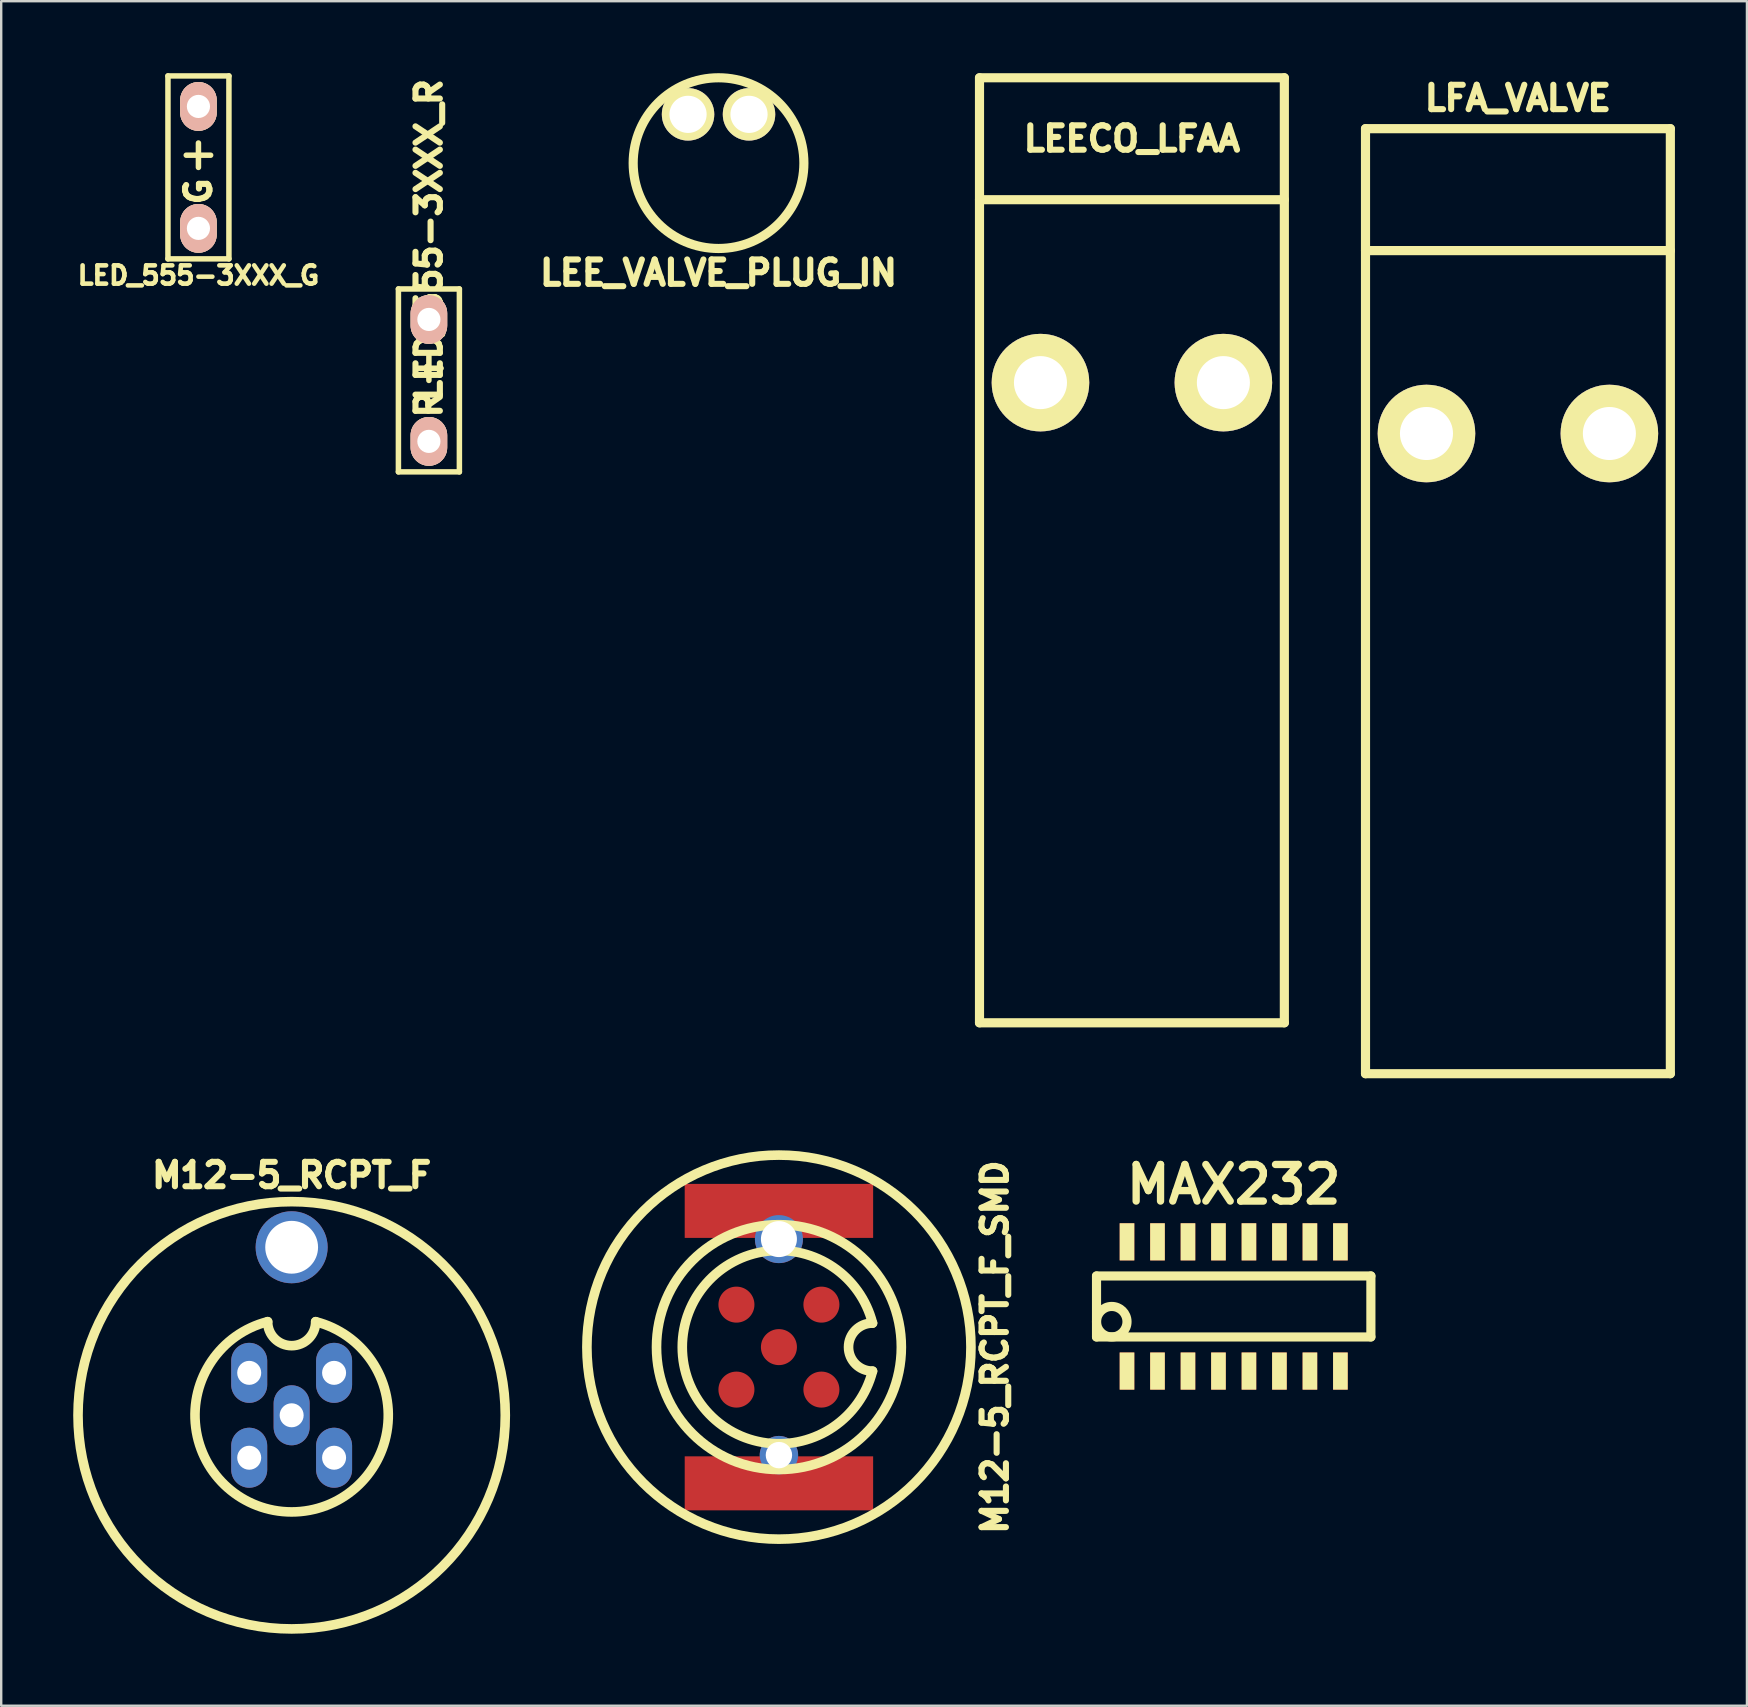
<source format=kicad_pcb>
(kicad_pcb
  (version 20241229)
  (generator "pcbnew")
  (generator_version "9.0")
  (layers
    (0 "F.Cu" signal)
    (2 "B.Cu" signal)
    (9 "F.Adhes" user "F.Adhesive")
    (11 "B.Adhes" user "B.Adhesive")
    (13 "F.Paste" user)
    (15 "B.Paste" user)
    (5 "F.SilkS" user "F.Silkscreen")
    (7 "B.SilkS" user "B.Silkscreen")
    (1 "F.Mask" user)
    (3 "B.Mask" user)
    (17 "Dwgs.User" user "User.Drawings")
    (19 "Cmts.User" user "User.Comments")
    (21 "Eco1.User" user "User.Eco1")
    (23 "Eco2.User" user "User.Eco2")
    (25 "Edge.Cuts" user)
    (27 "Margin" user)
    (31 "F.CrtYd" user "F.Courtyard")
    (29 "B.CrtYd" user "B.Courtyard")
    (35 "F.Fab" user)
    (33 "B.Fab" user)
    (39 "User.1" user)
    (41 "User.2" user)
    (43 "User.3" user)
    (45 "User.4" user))
  (footprint "LEECO_LFAA"
    (layer "F.Cu")
    (at 44.106 12.89)
    (property "Reference" "LEECO_LFAA" (at 0 -10.16 0) (layer "F.SilkS") (effects (font (size 1.016 1.016) (thickness 0.254))))
    (attr through_hole)
    (fp_line (start -6.35 -12.7) (end 6.35 -12.7) (stroke (width 0.381) (type solid)) (layer "F.SilkS"))
    (fp_line (start -6.35 -7.62) (end 6.35 -7.62) (stroke (width 0.381) (type solid)) (layer "F.SilkS"))
    (fp_line (start -6.35 26.67) (end -6.35 -12.7) (stroke (width 0.381) (type solid)) (layer "F.SilkS"))
    (fp_line (start 6.35 -12.7) (end 6.35 26.67) (stroke (width 0.381) (type solid)) (layer "F.SilkS"))
    (fp_line (start 6.35 26.67) (end -6.35 26.67) (stroke (width 0.381) (type solid)) (layer "F.SilkS"))
    (pad "1" thru_hole circle (at -3.81 0) (size 4.064 4.064) (drill 2.21) (layers "*.Cu" "*.Mask" "F.SilkS"))
    (pad "2" thru_hole circle (at 3.81 0) (size 4.064 4.064) (drill 2.21) (layers "*.Cu" "*.Mask" "F.SilkS")))
  (footprint "LED_555-3XXX_R"
    (layer "F.Cu")
    (at 14.818 12.798)
    (property "Reference" "LED_555-3XXX_R" (at 0 -5.842 90) (layer "F.SilkS") (effects (font (size 1.016 1.016) (thickness 0.254))))
    (attr through_hole)
    (fp_line (start -1.27 -3.81) (end 1.27 -3.81) (stroke (width 0.229) (type solid)) (layer "F.SilkS"))
    (fp_line (start -1.27 3.81) (end -1.27 -3.81) (stroke (width 0.229) (type solid)) (layer "F.SilkS"))
    (fp_line (start -0.508 -0.508) (end 0.508 -0.508) (stroke (width 0.229) (type solid)) (layer "F.SilkS"))
    (fp_line (start 0 0) (end 0 -1.016) (stroke (width 0.229) (type solid)) (layer "F.SilkS"))
    (fp_line (start 1.27 -3.81) (end 1.27 3.81) (stroke (width 0.229) (type solid)) (layer "F.SilkS"))
    (fp_line (start 1.27 3.81) (end -1.27 3.81) (stroke (width 0.229) (type solid)) (layer "F.SilkS"))
    (fp_text user "R" (at 0 1 90) (layer "F.SilkS") (effects (font (size 1.016 1.016) (thickness 0.254))))
    (pad "1" thru_hole oval (at 0 -2.54) (size 1.524 2.032) (drill 0.965) (layers "*.Cu" "*.SilkS" "*.Mask"))
    (pad "2" thru_hole oval (at 0 2.54) (size 1.524 2.032) (drill 0.965) (layers "*.Cu" "*.SilkS" "*.Mask")))
  (footprint "LED_555-3XXX_G"
    (layer "F.Cu")
    (at 5.217 3.924)
    (property "Reference" "LED_555-3XXX_G" (at 0 4.5 0) (layer "F.SilkS") (effects (font (size 0.762 0.762) (thickness 0.191))))
    (attr through_hole)
    (fp_line (start -1.27 -3.81) (end 1.27 -3.81) (stroke (width 0.229) (type solid)) (layer "F.SilkS"))
    (fp_line (start -1.27 3.81) (end -1.27 -3.81) (stroke (width 0.229) (type solid)) (layer "F.SilkS"))
    (fp_line (start -0.508 -0.508) (end 0.508 -0.508) (stroke (width 0.229) (type solid)) (layer "F.SilkS"))
    (fp_line (start 0 0) (end 0 -1.016) (stroke (width 0.229) (type solid)) (layer "F.SilkS"))
    (fp_line (start 1.27 -3.81) (end 1.27 3.81) (stroke (width 0.229) (type solid)) (layer "F.SilkS"))
    (fp_line (start 1.27 3.81) (end -1.27 3.81) (stroke (width 0.229) (type solid)) (layer "F.SilkS"))
    (fp_text user "G" (at 0 1 90) (layer "F.SilkS") (effects (font (size 1.016 1.016) (thickness 0.254))))
    (pad "1" thru_hole oval (at 0 -2.54) (size 1.524 2.032) (drill 0.965) (layers "*.Cu" "*.SilkS" "*.Mask"))
    (pad "2" thru_hole oval (at 0 2.54) (size 1.524 2.032) (drill 0.965) (layers "*.Cu" "*.SilkS" "*.Mask")))
  (footprint "LFA_VALVE"
    (layer "F.Cu")
    (at 60.187 15.01)
    (property "Reference" "LFA_VALVE" (at 0 -13.97 0) (layer "F.SilkS") (effects (font (size 1.016 1.016) (thickness 0.254))))
    (attr through_hole)
    (fp_line (start -6.35 -12.7) (end 6.35 -12.7) (stroke (width 0.381) (type solid)) (layer "F.SilkS"))
    (fp_line (start -6.35 -7.62) (end 6.35 -7.62) (stroke (width 0.381) (type solid)) (layer "F.SilkS"))
    (fp_line (start -6.35 26.67) (end -6.35 -12.7) (stroke (width 0.381) (type solid)) (layer "F.SilkS"))
    (fp_line (start 6.35 -12.7) (end 6.35 26.67) (stroke (width 0.381) (type solid)) (layer "F.SilkS"))
    (fp_line (start 6.35 26.67) (end -6.35 26.67) (stroke (width 0.381) (type solid)) (layer "F.SilkS"))
    (pad "1" thru_hole circle (at -3.81 0) (size 4.064 4.064) (drill 2.21) (layers "*.Cu" "*.Mask" "F.SilkS"))
    (pad "2" thru_hole circle (at 3.81 0) (size 4.064 4.064) (drill 2.21) (layers "*.Cu" "*.Mask" "F.SilkS")))
  (footprint "MAX232"
    (layer "F.Cu")
    (at 48.346 51.377)
    (property "Reference" "MAX232" (at 0 -5.08 0) (layer "F.SilkS") (effects (font (size 1.524 1.524) (thickness 0.305))))
    (attr through_hole)
    (fp_line (start -5.715 -1.27) (end -5.715 1.27) (stroke (width 0.381) (type solid)) (layer "F.SilkS"))
    (fp_line (start -5.715 1.27) (end 5.715 1.27) (stroke (width 0.381) (type solid)) (layer "F.SilkS"))
    (fp_line (start 5.715 -1.27) (end -5.715 -1.27) (stroke (width 0.381) (type solid)) (layer "F.SilkS"))
    (fp_line (start 5.715 1.27) (end 5.715 -1.27) (stroke (width 0.381) (type solid)) (layer "F.SilkS"))
    (fp_circle (center -5.08 0.635) (end -5.08 0) (stroke (width 0.381) (type solid)) (fill no) (layer "F.SilkS"))
    (pad "1" smd rect (at -4.445 2.692) (size 0.61 1.549) (layers "F.Cu" "F.Mask" "F.SilkS" "F.Paste"))
    (pad "2" smd rect (at -3.175 2.692) (size 0.61 1.549) (layers "F.Cu" "F.Mask" "F.SilkS" "F.Paste"))
    (pad "3" smd rect (at -1.905 2.692) (size 0.61 1.549) (layers "F.Cu" "F.Mask" "F.SilkS" "F.Paste"))
    (pad "4" smd rect (at -0.635 2.692) (size 0.61 1.549) (layers "F.Cu" "F.Mask" "F.SilkS" "F.Paste"))
    (pad "5" smd rect (at 0.635 2.692) (size 0.61 1.549) (layers "F.Cu" "F.Mask" "F.SilkS" "F.Paste"))
    (pad "6" smd rect (at 1.905 2.692) (size 0.61 1.549) (layers "F.Cu" "F.Mask" "F.SilkS" "F.Paste"))
    (pad "7" smd rect (at 3.175 2.692) (size 0.61 1.549) (layers "F.Cu" "F.Mask" "F.SilkS" "F.Paste"))
    (pad "8" smd rect (at 4.445 2.692) (size 0.61 1.549) (layers "F.Cu" "F.Mask" "F.SilkS" "F.Paste"))
    (pad "9" smd rect (at 4.445 -2.692) (size 0.61 1.549) (layers "F.Cu" "F.Mask" "F.SilkS" "F.Paste"))
    (pad "10" smd rect (at 3.175 -2.692) (size 0.61 1.549) (layers "F.Cu" "F.Mask" "F.SilkS" "F.Paste"))
    (pad "11" smd rect (at 1.905 -2.692) (size 0.61 1.549) (layers "F.Cu" "F.Mask" "F.SilkS" "F.Paste"))
    (pad "12" smd rect (at 0.635 -2.692) (size 0.61 1.549) (layers "F.Cu" "F.Mask" "F.SilkS" "F.Paste"))
    (pad "13" smd rect (at -0.635 -2.692) (size 0.61 1.549) (layers "F.Cu" "F.Mask" "F.SilkS" "F.Paste"))
    (pad "14" smd rect (at -1.905 -2.692) (size 0.61 1.549) (layers "F.Cu" "F.Mask" "F.SilkS" "F.Paste"))
    (pad "15" smd rect (at -3.175 -2.692) (size 0.61 1.549) (layers "F.Cu" "F.Mask" "F.SilkS" "F.Paste"))
    (pad "16" smd rect (at -4.445 -2.692) (size 0.61 1.549) (layers "F.Cu" "F.Mask" "F.SilkS" "F.Paste")))
  (footprint "M12-5_RCPT_F_SMD"
    (layer "F.Cu")
    (at 29.4 53.071)
    (property "Reference" "M12-5_RCPT_F_SMD" (at 9 0 270) (layer "F.SilkS") (effects (font (size 1.016 1.016) (thickness 0.254))))
    (attr through_hole)
    (fp_arc (start 3.899348 1.002533) (mid -4.026163 -0.001308) (end 3.899999 -0.999999) (stroke (width 0.4) (type solid)) (layer "F.SilkS"))
    (fp_arc (start 3.9 1) (mid 2.9 0) (end 3.9 -1) (stroke (width 0.4) (type solid)) (layer "F.SilkS"))
    (fp_circle (center 0 0) (end 0 5.1) (stroke (width 0.4) (type solid)) (fill no) (layer "F.SilkS"))
    (fp_circle (center 0 0) (end 0 8) (stroke (width 0.4) (type solid)) (fill no) (layer "F.SilkS"))
    (pad "" smd rect (at 0 -5.675 270) (size 2.25 7.85) (layers "F.Cu" "F.Mask"))
    (pad "" thru_hole circle (at 0 -4.5 270) (size 2 2) (drill 1.5) (layers "*.Cu" "*.Mask"))
    (pad "" thru_hole circle (at 0 4.5 270) (size 1.6 1.6) (drill 1.1) (layers "*.Cu" "*.Mask"))
    (pad "" smd rect (at 0 5.675 270) (size 2.25 7.85) (layers "F.Cu" "F.Mask"))
    (pad "1" smd circle (at 1.77 -1.77 270) (size 1.5 1.5) (layers "F.Cu" "F.Mask"))
    (pad "2" smd circle (at 1.77 1.77 270) (size 1.5 1.5) (layers "F.Cu" "F.Mask"))
    (pad "3" smd circle (at -1.77 1.77 270) (size 1.5 1.5) (layers "F.Cu" "F.Mask"))
    (pad "4" smd circle (at -1.77 -1.77 270) (size 1.5 1.5) (layers "F.Cu" "F.Mask"))
    (pad "5" smd circle (at 0 0 270) (size 1.5 1.5) (layers "F.Cu" "F.Mask")))
  (footprint "M12-5_RCPT_F"
    (layer "F.Cu")
    (at 9.1 55.911)
    (property "Reference" "M12-5_RCPT_F" (at 0 -10 0) (layer "F.SilkS") (effects (font (size 1.016 1.016) (thickness 0.254))))
    (attr through_hole)
    (fp_arc (start 1 -3.9) (mid 0 -2.9) (end -1 -3.9) (stroke (width 0.4) (type solid)) (layer "F.SilkS"))
    (fp_arc (start 1.002533 -3.899348) (mid -0.001308 4.026163) (end -0.999999 -3.899999) (stroke (width 0.4) (type solid)) (layer "F.SilkS"))
    (fp_circle (center 0 0) (end 8.9 0) (stroke (width 0.4) (type solid)) (fill no) (layer "F.SilkS"))
    (pad "" thru_hole circle (at 0 -7) (size 3 3) (drill 2.2) (layers "*.Cu" "*.Mask"))
    (pad "1" thru_hole oval (at -1.768 -1.768) (size 1.5 2.5) (drill 1) (layers "*.Cu" "*.Mask"))
    (pad "2" thru_hole oval (at 1.768 -1.768) (size 1.5 2.5) (drill 1) (layers "*.Cu" "*.Mask"))
    (pad "3" thru_hole oval (at 1.768 1.768) (size 1.5 2.5) (drill 1) (layers "*.Cu" "*.Mask"))
    (pad "4" thru_hole oval (at -1.768 1.768) (size 1.5 2.5) (drill 1) (layers "*.Cu" "*.Mask"))
    (pad "5" thru_hole oval (at 0 0) (size 1.5 2.5) (drill 1) (layers "*.Cu" "*.Mask")))
  (footprint "LEE_VALVE_PLUG_IN"
    (layer "F.Cu")
    (at 26.884 1.714)
    (property "Reference" "LEE_VALVE_PLUG_IN" (at 0 6.604 0) (layer "F.SilkS") (effects (font (size 1.016 1.016) (thickness 0.254))))
    (attr through_hole)
    (fp_circle (center 0 2.032) (end 0 -1.524) (stroke (width 0.381) (type solid)) (fill no) (layer "F.SilkS"))
    (pad "1" thru_hole circle (at -1.27 0) (size 2.184 2.184) (drill 1.549) (layers "*.Cu" "*.Mask" "F.SilkS"))
    (pad "2" thru_hole circle (at 1.27 0) (size 2.184 2.184) (drill 1.549) (layers "*.Cu" "*.Mask" "F.SilkS")))
  (gr_rect
    (start -3 -3)
    (end 69.728 68.011)
    (stroke (width 0.1) (type default))
    (fill no)
    (layer "Edge.Cuts")))
</source>
